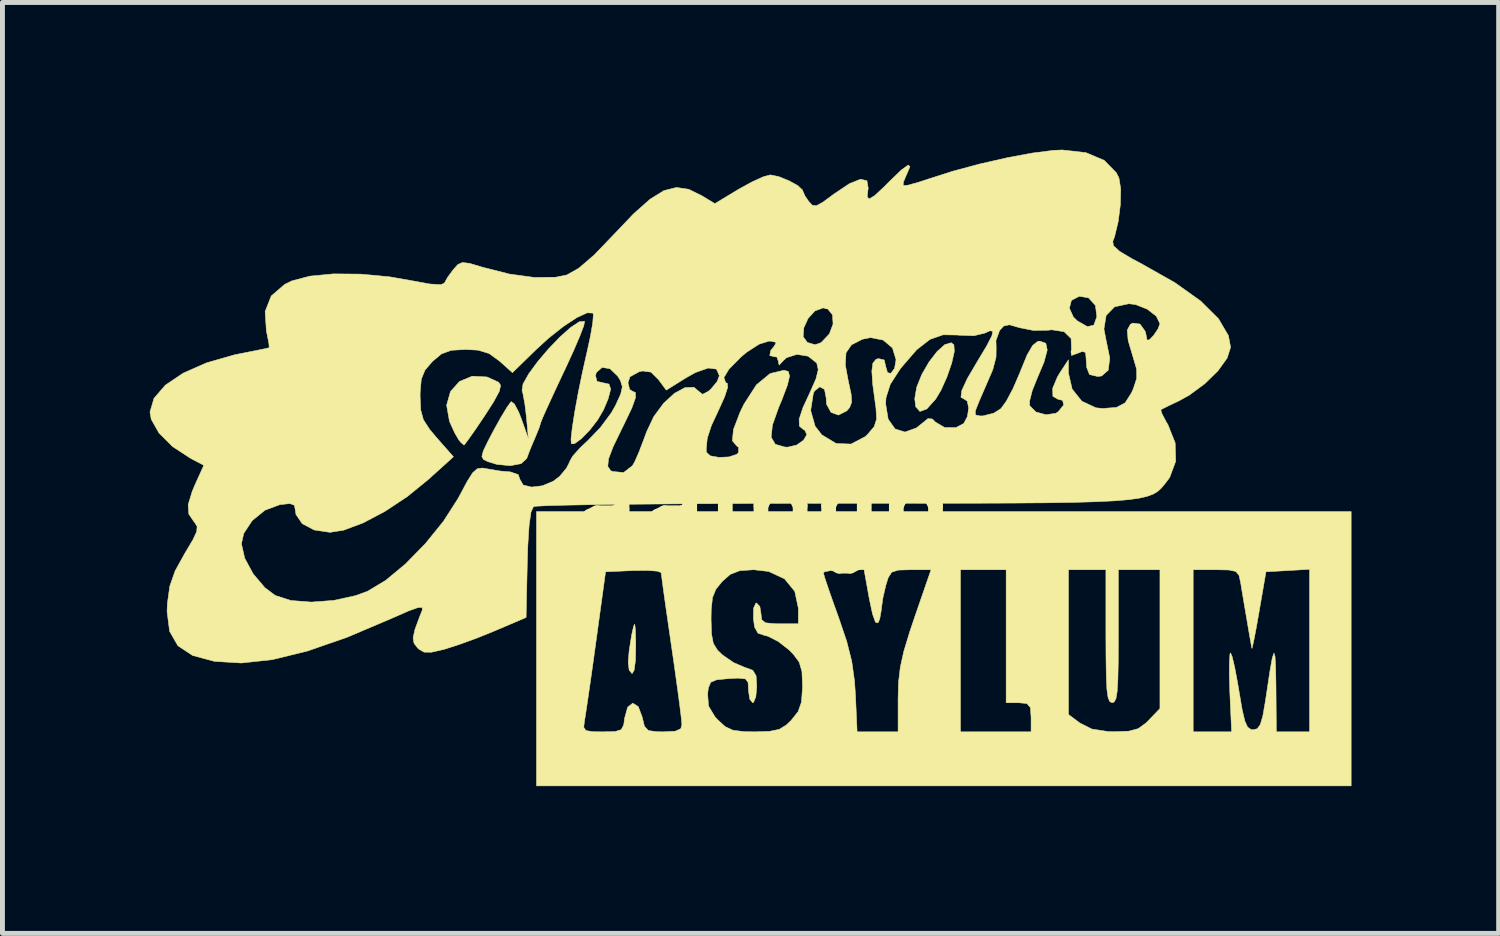
<source format=kicad_pcb>
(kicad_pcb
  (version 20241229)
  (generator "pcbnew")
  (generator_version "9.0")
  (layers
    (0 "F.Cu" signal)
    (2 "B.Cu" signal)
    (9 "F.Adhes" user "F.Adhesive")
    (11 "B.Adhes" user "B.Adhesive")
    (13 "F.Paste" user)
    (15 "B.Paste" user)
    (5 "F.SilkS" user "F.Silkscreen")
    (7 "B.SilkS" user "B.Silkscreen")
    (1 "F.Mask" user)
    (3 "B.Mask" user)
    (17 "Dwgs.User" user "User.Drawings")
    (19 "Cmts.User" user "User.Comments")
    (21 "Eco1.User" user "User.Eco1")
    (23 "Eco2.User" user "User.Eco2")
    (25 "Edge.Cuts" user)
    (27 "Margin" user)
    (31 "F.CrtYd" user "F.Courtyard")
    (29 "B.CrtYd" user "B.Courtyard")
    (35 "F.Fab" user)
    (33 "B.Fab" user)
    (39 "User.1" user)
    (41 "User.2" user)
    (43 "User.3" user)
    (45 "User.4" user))
  (footprint "aalogo"
    (layer "F.Cu")
    (at 12.451 7.286)
    (property "Reference" "aalogo" (at 0 0 0) (layer "F.SilkS") (effects (font (size 1.524 1.524) (thickness 0.3))))
    (attr through_hole)
    (fp_poly (pts (xy -2.559 2.475) (xy -2.551 2.724) (xy -2.55 2.815) (xy -2.556 3.117) (xy -2.584 3.319) (xy -2.625 3.387) (xy -2.685 3.314) (xy -2.704 3.154) (xy -2.684 2.914) (xy -2.638 2.627) (xy -2.63 2.582) (xy -2.593 2.418) (xy -2.571 2.378) (xy -2.559 2.475)) (stroke (width 0.01) (type solid)) (fill yes) (layer "F.SilkS"))
    (fp_poly (pts (xy 3.931 -3.312) (xy 3.939 -3.174) (xy 3.886 -2.939) (xy 3.79 -2.66) (xy 3.668 -2.388) (xy 3.56 -2.207) (xy 3.379 -2.006) (xy 3.238 -1.954) (xy 3.152 -2.052) (xy 3.133 -2.215) (xy 3.173 -2.45) (xy 3.278 -2.71) (xy 3.424 -2.962) (xy 3.588 -3.175) (xy 3.746 -3.317) (xy 3.876 -3.354) (xy 3.931 -3.312)) (stroke (width 0.01) (type solid)) (fill yes) (layer "F.SilkS"))
    (fp_poly (pts (xy -5.58 -2.657) (xy -5.343 -2.549) (xy -5.302 -2.484) (xy -5.331 -2.362) (xy -5.441 -2.158) (xy -5.625 -1.871) (xy -5.808 -1.599) (xy -5.954 -1.392) (xy -6.038 -1.28) (xy -6.05 -1.27) (xy -6.116 -1.327) (xy -6.156 -1.376) (xy -6.242 -1.525) (xy -6.34 -1.742) (xy -6.346 -1.757) (xy -6.403 -2.083) (xy -6.324 -2.361) (xy -6.14 -2.566) (xy -5.881 -2.673) (xy -5.58 -2.657)) (stroke (width 0.01) (type solid)) (fill yes) (layer "F.SilkS"))
    (fp_poly (pts (xy -3.592 -3.789) (xy -3.609 -3.701) (xy -3.689 -3.49) (xy -3.819 -3.187) (xy -3.986 -2.822) (xy -4.018 -2.757) (xy -4.193 -2.383) (xy -4.339 -2.067) (xy -4.442 -1.838) (xy -4.486 -1.727) (xy -4.487 -1.722) (xy -4.518 -1.621) (xy -4.594 -1.435) (xy -4.605 -1.41) (xy -4.702 -1.181) (xy -4.771 -0.998) (xy -4.772 -0.995) (xy -4.886 -0.891) (xy -5.106 -0.85) (xy -5.379 -0.876) (xy -5.56 -0.931) (xy -5.651 -0.975) (xy -5.685 -1.035) (xy -5.657 -1.148) (xy -5.56 -1.349) (xy -5.45 -1.559) (xy -5.298 -1.833) (xy -5.17 -2.044) (xy -5.092 -2.151) (xy -5.087 -2.155) (xy -5.023 -2.107) (xy -4.934 -1.94) (xy -4.878 -1.797) (xy -4.737 -1.397) (xy -4.775 -1.82) (xy -4.808 -2.096) (xy -4.848 -2.316) (xy -4.867 -2.381) (xy -4.846 -2.515) (xy -4.73 -2.721) (xy -4.549 -2.968) (xy -4.328 -3.228) (xy -4.095 -3.471) (xy -3.877 -3.665) (xy -3.701 -3.782) (xy -3.594 -3.791) (xy -3.592 -3.789)) (stroke (width 0.01) (type solid)) (fill yes) (layer "F.SilkS"))
    (fp_poly (pts (xy 12.023 5.673) (xy -4.572 5.673) (xy -4.572 4.478) (xy -3.61 4.478) (xy -3.566 4.546) (xy -3.423 4.57) (xy -3.221 4.572) (xy -2.972 4.566) (xy -2.846 4.528) (xy -2.795 4.43) (xy -2.778 4.298) (xy -2.715 4.069) (xy -2.61 3.988) (xy -2.499 4.058) (xy -2.419 4.271) (xy -2.374 4.457) (xy -2.294 4.545) (xy -2.127 4.57) (xy -1.986 4.572) (xy -1.745 4.559) (xy -1.633 4.509) (xy -1.61 4.424) (xy -1.622 4.294) (xy -1.655 4.027) (xy -1.685 3.799) (xy -1.086 3.799) (xy -1.068 4.046) (xy -0.938 4.263) (xy -0.879 4.328) (xy -0.727 4.467) (xy -0.568 4.54) (xy -0.343 4.568) (xy -0.127 4.572) (xy 0.177 4.562) (xy 0.374 4.521) (xy 0.523 4.428) (xy 0.619 4.335) (xy 0.758 4.159) (xy 0.826 3.964) (xy 0.846 3.682) (xy 0.847 3.631) (xy 0.835 3.344) (xy 0.78 3.153) (xy 0.657 2.988) (xy 0.572 2.902) (xy 0.354 2.732) (xy 0.142 2.624) (xy 0.085 2.611) (xy -0.06 2.563) (xy -0.13 2.437) (xy -0.153 2.265) (xy -0.15 2.053) (xy -0.103 1.95) (xy -0.09 1.947) (xy -0.022 2.02) (xy 0 2.159) (xy 0.016 2.29) (xy 0.093 2.351) (xy 0.278 2.37) (xy 0.381 2.371) (xy 0.762 2.371) (xy 0.762 2.053) (xy 0.689 1.71) (xy 0.48 1.455) (xy 0.218 1.333) (xy 1.272 1.333) (xy 1.3 1.435) (xy 1.375 1.659) (xy 1.484 1.97) (xy 1.583 2.244) (xy 1.747 2.729) (xy 1.85 3.136) (xy 1.906 3.536) (xy 1.926 3.831) (xy 1.959 4.572) (xy 2.794 4.572) (xy 2.794 3.894) (xy 2.803 3.557) (xy 2.839 3.255) (xy 2.91 2.933) (xy 3.029 2.54) (xy 3.129 2.243) (xy 3.465 1.27) (xy 4.064 1.27) (xy 4.064 4.572) (xy 5.503 4.572) (xy 5.503 4.276) (xy 5.489 4.077) (xy 5.417 3.995) (xy 5.249 3.979) (xy 4.995 3.979) (xy 4.995 1.27) (xy 6.265 1.27) (xy 6.265 4.219) (xy 6.498 4.393) (xy 6.741 4.515) (xy 7.071 4.566) (xy 7.202 4.569) (xy 7.495 4.558) (xy 7.686 4.507) (xy 7.843 4.392) (xy 7.9 4.335) (xy 8.128 4.097) (xy 8.128 1.27) (xy 8.805 1.27) (xy 8.805 4.572) (xy 9.588 4.572) (xy 9.552 3.768) (xy 9.542 3.422) (xy 9.543 3.151) (xy 9.554 2.991) (xy 9.566 2.963) (xy 9.599 3.041) (xy 9.649 3.25) (xy 9.706 3.552) (xy 9.739 3.747) (xy 9.802 4.118) (xy 9.857 4.351) (xy 9.914 4.476) (xy 9.984 4.525) (xy 10.028 4.53) (xy 10.11 4.509) (xy 10.171 4.427) (xy 10.223 4.253) (xy 10.275 3.955) (xy 10.303 3.77) (xy 10.368 3.336) (xy 10.416 3.069) (xy 10.45 2.968) (xy 10.472 3.033) (xy 10.485 3.263) (xy 10.492 3.655) (xy 10.492 3.704) (xy 10.499 4.572) (xy 11.176 4.572) (xy 11.176 1.261) (xy 10.732 1.287) (xy 10.288 1.312) (xy 10.149 2.117) (xy 10.09 2.454) (xy 10.04 2.711) (xy 10.009 2.855) (xy 10.001 2.873) (xy 9.98 2.76) (xy 9.94 2.531) (xy 9.89 2.238) (xy 9.838 1.932) (xy 9.793 1.664) (xy 9.774 1.545) (xy 9.74 1.387) (xy 9.674 1.305) (xy 9.53 1.275) (xy 9.267 1.27) (xy 8.805 1.27) (xy 8.128 1.27) (xy 7.281 1.27) (xy 7.281 2.625) (xy 7.279 3.14) (xy 7.271 3.509) (xy 7.256 3.755) (xy 7.231 3.899) (xy 7.193 3.966) (xy 7.154 3.979) (xy 7.106 3.957) (xy 7.071 3.874) (xy 7.048 3.709) (xy 7.035 3.437) (xy 7.029 3.037) (xy 7.027 2.625) (xy 7.027 1.27) (xy 6.265 1.27) (xy 4.995 1.27) (xy 4.064 1.27) (xy 3.465 1.27) (xy 3.049 1.27) (xy 2.799 1.277) (xy 2.664 1.32) (xy 2.592 1.433) (xy 2.544 1.587) (xy 2.485 1.841) (xy 2.455 2.051) (xy 2.455 2.074) (xy 2.42 2.272) (xy 2.384 2.353) (xy 2.333 2.339) (xy 2.273 2.171) (xy 2.208 1.866) (xy 2.101 1.27) (xy 1.686 1.27) (xy 1.447 1.282) (xy 1.298 1.311) (xy 1.272 1.333) (xy 0.218 1.333) (xy 0.156 1.305) (xy -0.146 1.27) (xy -0.431 1.289) (xy -0.626 1.365) (xy -0.788 1.507) (xy -0.918 1.667) (xy -0.987 1.838) (xy -1.013 2.082) (xy -1.016 2.274) (xy -1.007 2.578) (xy -0.97 2.77) (xy -0.885 2.908) (xy -0.783 3.006) (xy -0.557 3.162) (xy -0.327 3.26) (xy -0.318 3.262) (xy -0.165 3.319) (xy -0.099 3.431) (xy -0.085 3.647) (xy -0.104 3.857) (xy -0.151 3.972) (xy -0.169 3.979) (xy -0.228 3.906) (xy -0.254 3.728) (xy -0.254 3.721) (xy -0.262 3.565) (xy -0.317 3.493) (xy -0.464 3.478) (xy -0.656 3.488) (xy -0.9 3.511) (xy -1.022 3.562) (xy -1.071 3.676) (xy -1.086 3.799) (xy -1.685 3.799) (xy -1.705 3.655) (xy -1.767 3.208) (xy -1.821 2.836) (xy -1.89 2.36) (xy -1.95 1.943) (xy -1.996 1.612) (xy -2.024 1.398) (xy -2.032 1.33) (xy -2.109 1.299) (xy -2.312 1.284) (xy -2.596 1.287) (xy -2.599 1.287) (xy -3.165 1.312) (xy -3.357 2.709) (xy -3.424 3.194) (xy -3.487 3.636) (xy -3.54 3.999) (xy -3.578 4.251) (xy -3.593 4.339) (xy -3.61 4.478) (xy -4.572 4.478) (xy -4.572 0.085) (xy 12.023 0.085) (xy 12.023 5.673)) (stroke (width 0.01) (type solid)) (fill yes) (layer "F.SilkS"))
    (fp_poly (pts (xy 6.62 -7.227) (xy 6.992 -7.07) (xy 7.239 -6.818) (xy 7.293 -6.71) (xy 7.329 -6.487) (xy 7.322 -6.169) (xy 7.278 -5.823) (xy 7.204 -5.515) (xy 7.167 -5.419) (xy 7.181 -5.33) (xy 7.305 -5.217) (xy 7.559 -5.065) (xy 7.748 -4.965) (xy 8.43 -4.58) (xy 8.955 -4.206) (xy 9.32 -3.844) (xy 9.523 -3.499) (xy 9.567 -3.261) (xy 9.497 -3.042) (xy 9.311 -2.783) (xy 9.041 -2.519) (xy 8.724 -2.285) (xy 8.505 -2.165) (xy 8.296 -2.066) (xy 8.164 -1.999) (xy 8.145 -1.988) (xy 8.168 -1.91) (xy 8.256 -1.742) (xy 8.292 -1.682) (xy 8.438 -1.314) (xy 8.449 -0.94) (xy 8.327 -0.611) (xy 8.29 -0.56) (xy 8.221 -0.471) (xy 8.157 -0.394) (xy 8.085 -0.328) (xy 7.993 -0.272) (xy 7.87 -0.226) (xy 7.703 -0.187) (xy 7.482 -0.157) (xy 7.193 -0.133) (xy 6.825 -0.115) (xy 6.367 -0.102) (xy 5.806 -0.093) (xy 5.13 -0.088) (xy 4.328 -0.085) (xy 3.387 -0.084) (xy 2.297 -0.083) (xy 1.549 -0.083) (xy 0.548 -0.082) (xy -0.404 -0.079) (xy -1.294 -0.075) (xy -2.109 -0.069) (xy -2.833 -0.063) (xy -3.454 -0.055) (xy -3.959 -0.046) (xy -4.333 -0.036) (xy -4.562 -0.025) (xy -4.633 -0.017) (xy -4.684 0.094) (xy -4.722 0.358) (xy -4.749 0.78) (xy -4.76 1.145) (xy -4.784 2.242) (xy -5.419 2.513) (xy -5.782 2.66) (xy -6.146 2.793) (xy -6.436 2.886) (xy -6.456 2.892) (xy -6.71 2.95) (xy -6.861 2.949) (xy -6.968 2.888) (xy -6.996 2.861) (xy -7.067 2.769) (xy -7.086 2.657) (xy -7.048 2.485) (xy -6.947 2.212) (xy -6.9 2.096) (xy -6.9 2.038) (xy -6.986 2.04) (xy -7.178 2.109) (xy -7.499 2.25) (xy -7.505 2.253) (xy -8.431 2.646) (xy -9.244 2.928) (xy -9.957 3.102) (xy -10.583 3.17) (xy -11.133 3.136) (xy -11.134 3.136) (xy -11.577 3.017) (xy -11.877 2.819) (xy -12.046 2.525) (xy -12.098 2.119) (xy -12.091 1.954) (xy -12.042 1.604) (xy -11.932 1.29) (xy -11.737 0.938) (xy -11.62 0.742) (xy -10.583 0.742) (xy -10.516 1.035) (xy -10.344 1.354) (xy -10.106 1.635) (xy -9.896 1.793) (xy -9.579 1.896) (xy -9.163 1.929) (xy -8.704 1.895) (xy -8.256 1.797) (xy -8.015 1.709) (xy -7.646 1.488) (xy -7.241 1.152) (xy -6.836 0.738) (xy -6.469 0.285) (xy -6.176 -0.171) (xy -6.144 -0.229) (xy -5.984 -0.529) (xy -5.871 -0.707) (xy -5.777 -0.788) (xy -5.673 -0.802) (xy -5.558 -0.782) (xy -5.304 -0.74) (xy -5.101 -0.723) (xy -4.943 -0.667) (xy -4.911 -0.572) (xy -4.843 -0.456) (xy -4.675 -0.414) (xy -4.454 -0.44) (xy -4.23 -0.533) (xy -4.102 -0.631) (xy -3.962 -0.798) (xy -3.942 -0.836) (xy -3.12 -0.836) (xy -3.063 -0.751) (xy -3.027 -0.732) (xy -2.798 -0.71) (xy -2.619 -0.848) (xy -2.57 -0.932) (xy -2.479 -1.141) (xy -2.458 -1.196) (xy -1.115 -1.196) (xy -1.11 -1.122) (xy -1.031 -1.05) (xy -0.856 -1.019) (xy -0.655 -1.028) (xy -0.496 -1.079) (xy -0.456 -1.117) (xy -0.455 -1.225) (xy -0.493 -1.251) (xy -0.582 -1.358) (xy -0.56 -1.586) (xy -0.426 -1.937) (xy -0.346 -2.102) (xy -0.092 -2.497) (xy 0.188 -2.727) (xy 0.47 -2.794) (xy 0.559 -2.768) (xy 0.583 -2.673) (xy 0.538 -2.486) (xy 0.422 -2.18) (xy 0.365 -2.046) (xy 0.234 -1.678) (xy 0.208 -1.429) (xy 0.293 -1.285) (xy 0.49 -1.229) (xy 0.55 -1.228) (xy 0.728 -1.27) (xy 0.868 -1.368) (xy 0.935 -1.483) (xy 0.893 -1.573) (xy 0.868 -1.584) (xy 0.783 -1.655) (xy 0.778 -1.796) (xy 0.837 -1.975) (xy 1.013 -1.975) (xy 1.104 -1.653) (xy 1.24 -1.478) (xy 1.532 -1.302) (xy 1.835 -1.29) (xy 2.123 -1.441) (xy 2.173 -1.488) (xy 2.306 -1.644) (xy 2.356 -1.799) (xy 2.343 -2.026) (xy 2.332 -2.102) (xy 2.331 -2.111) (xy 2.54 -2.111) (xy 2.592 -1.796) (xy 2.732 -1.599) (xy 2.933 -1.535) (xy 3.167 -1.619) (xy 3.263 -1.696) (xy 3.402 -1.808) (xy 3.492 -1.801) (xy 3.554 -1.738) (xy 3.741 -1.628) (xy 3.971 -1.625) (xy 4.132 -1.71) (xy 4.206 -1.851) (xy 4.223 -1.966) (xy 4.367 -1.966) (xy 4.37 -1.883) (xy 4.464 -1.863) (xy 4.519 -1.863) (xy 4.741 -1.919) (xy 4.888 -2.011) (xy 4.997 -2.161) (xy 5.134 -2.418) (xy 5.27 -2.732) (xy 5.286 -2.773) (xy 5.422 -3.105) (xy 5.534 -3.298) (xy 5.636 -3.38) (xy 5.68 -3.387) (xy 5.803 -3.344) (xy 5.832 -3.205) (xy 5.765 -2.955) (xy 5.633 -2.644) (xy 5.527 -2.381) (xy 5.472 -2.166) (xy 5.474 -2.072) (xy 5.601 -1.944) (xy 5.806 -1.887) (xy 6.006 -1.917) (xy 6.055 -1.948) (xy 6.168 -2.087) (xy 6.145 -2.181) (xy 6.054 -2.201) (xy 5.947 -2.263) (xy 5.943 -2.426) (xy 6.04 -2.659) (xy 6.096 -2.752) (xy 6.264 -3.006) (xy 6.265 -2.735) (xy 6.339 -2.411) (xy 6.537 -2.163) (xy 6.824 -2.029) (xy 6.961 -2.015) (xy 7.243 -2.037) (xy 7.418 -2.129) (xy 7.546 -2.329) (xy 7.587 -2.421) (xy 7.655 -2.63) (xy 7.652 -2.818) (xy 7.579 -3.067) (xy 7.48 -3.4) (xy 7.462 -3.611) (xy 7.525 -3.728) (xy 7.575 -3.755) (xy 7.721 -3.735) (xy 7.826 -3.59) (xy 7.841 -3.535) (xy 7.866 -3.408) (xy 7.914 -3.414) (xy 8.003 -3.509) (xy 8.089 -3.637) (xy 8.128 -3.741) (xy 8.128 -3.742) (xy 8.054 -3.895) (xy 7.87 -4.038) (xy 7.634 -4.131) (xy 7.495 -4.149) (xy 7.204 -4.086) (xy 7.032 -3.91) (xy 6.987 -3.633) (xy 7.03 -3.411) (xy 7.106 -3.041) (xy 7.075 -2.795) (xy 6.94 -2.677) (xy 6.858 -2.667) (xy 6.693 -2.706) (xy 6.635 -2.853) (xy 6.634 -2.879) (xy 6.621 -3.067) (xy 6.612 -3.157) (xy 6.544 -3.176) (xy 6.443 -3.137) (xy 6.326 -3.094) (xy 6.315 -3.172) (xy 6.326 -3.219) (xy 6.318 -3.44) (xy 6.176 -3.579) (xy 5.926 -3.618) (xy 5.846 -3.609) (xy 5.549 -3.605) (xy 5.263 -3.662) (xy 5.062 -3.72) (xy 4.945 -3.695) (xy 4.862 -3.604) (xy 4.787 -3.399) (xy 4.792 -3.258) (xy 4.789 -3.06) (xy 4.724 -2.811) (xy 4.705 -2.764) (xy 4.577 -2.467) (xy 4.449 -2.172) (xy 4.444 -2.159) (xy 4.367 -1.966) (xy 4.223 -1.966) (xy 4.231 -2.026) (xy 4.203 -2.164) (xy 4.149 -2.201) (xy 4.074 -2.244) (xy 4.091 -2.379) (xy 4.203 -2.622) (xy 4.403 -2.963) (xy 4.599 -3.29) (xy 4.704 -3.494) (xy 4.724 -3.59) (xy 4.662 -3.597) (xy 4.562 -3.551) (xy 4.338 -3.497) (xy 4.029 -3.508) (xy 4.011 -3.511) (xy 3.711 -3.516) (xy 3.442 -3.422) (xy 3.171 -3.21) (xy 2.87 -2.862) (xy 2.835 -2.818) (xy 2.635 -2.508) (xy 2.548 -2.236) (xy 2.54 -2.111) (xy 2.331 -2.111) (xy 2.277 -2.509) (xy 2.259 -2.777) (xy 2.28 -2.937) (xy 2.342 -3.014) (xy 2.392 -3.031) (xy 2.512 -3.003) (xy 2.54 -2.878) (xy 2.579 -2.744) (xy 2.646 -2.731) (xy 2.722 -2.831) (xy 2.752 -3.009) (xy 2.679 -3.249) (xy 2.491 -3.408) (xy 2.235 -3.459) (xy 2.068 -3.426) (xy 1.845 -3.312) (xy 1.733 -3.149) (xy 1.719 -2.899) (xy 1.777 -2.587) (xy 1.837 -2.309) (xy 1.848 -2.143) (xy 1.807 -2.034) (xy 1.748 -1.966) (xy 1.579 -1.881) (xy 1.427 -1.936) (xy 1.336 -2.103) (xy 1.328 -2.234) (xy 1.295 -2.404) (xy 1.199 -2.457) (xy 1.093 -2.374) (xy 1.067 -2.321) (xy 1.013 -1.975) (xy 0.837 -1.975) (xy 0.856 -2.033) (xy 0.993 -2.329) (xy 1.121 -2.619) (xy 1.167 -2.807) (xy 1.138 -2.935) (xy 1.132 -2.945) (xy 0.962 -3.08) (xy 0.733 -3.117) (xy 0.521 -3.05) (xy 0.457 -2.991) (xy 0.371 -2.9) (xy 0.357 -2.951) (xy 0.359 -2.963) (xy 0.325 -3.063) (xy 0.275 -3.069) (xy 0.179 -3.093) (xy 0.201 -3.199) (xy 0.271 -3.285) (xy 0.312 -3.36) (xy 0.21 -3.386) (xy 0.162 -3.387) (xy -0.037 -3.325) (xy -0.291 -3.161) (xy -0.406 -3.064) (xy -0.652 -2.816) (xy -0.755 -2.644) (xy -0.718 -2.542) (xy -0.684 -2.526) (xy -0.678 -2.443) (xy -0.74 -2.253) (xy -0.847 -2.015) (xy -1.009 -1.667) (xy -1.093 -1.411) (xy -1.115 -1.196) (xy -2.458 -1.196) (xy -2.372 -1.422) (xy -2.33 -1.538) (xy -2.182 -1.851) (xy -1.983 -2.12) (xy -1.762 -2.324) (xy -1.547 -2.44) (xy -1.365 -2.447) (xy -1.266 -2.364) (xy -1.19 -2.303) (xy -1.074 -2.363) (xy -1.021 -2.408) (xy -0.891 -2.565) (xy -0.847 -2.683) (xy -0.906 -2.817) (xy -1.074 -2.839) (xy -1.333 -2.748) (xy -1.518 -2.645) (xy -1.928 -2.389) (xy -2.089 -2.605) (xy -2.24 -2.755) (xy -2.407 -2.779) (xy -2.48 -2.764) (xy -2.668 -2.661) (xy -2.709 -2.538) (xy -2.674 -2.402) (xy -2.625 -2.371) (xy -2.556 -2.339) (xy -2.556 -2.231) (xy -2.63 -2.025) (xy -2.785 -1.7) (xy -2.836 -1.597) (xy -3.012 -1.234) (xy -3.105 -0.989) (xy -3.12 -0.836) (xy -3.942 -0.836) (xy -3.895 -0.929) (xy -3.895 -0.938) (xy -3.835 -1.044) (xy -3.682 -1.215) (xy -3.521 -1.366) (xy -3.271 -1.626) (xy -3.049 -1.925) (xy -2.962 -2.077) (xy -2.856 -2.311) (xy -2.824 -2.458) (xy -2.861 -2.581) (xy -2.918 -2.674) (xy -3.075 -2.825) (xy -3.235 -2.851) (xy -3.35 -2.752) (xy -3.371 -2.687) (xy -3.34 -2.567) (xy -3.224 -2.54) (xy -3.096 -2.512) (xy -3.06 -2.411) (xy -3.113 -2.21) (xy -3.209 -1.983) (xy -3.328 -1.78) (xy -3.489 -1.573) (xy -3.658 -1.4) (xy -3.797 -1.298) (xy -3.863 -1.295) (xy -3.869 -1.395) (xy -3.843 -1.626) (xy -3.792 -1.952) (xy -3.721 -2.34) (xy -3.636 -2.754) (xy -3.545 -3.158) (xy -3.475 -3.478) (xy 0.86 -3.478) (xy 0.944 -3.362) (xy 0.953 -3.358) (xy 1.101 -3.314) (xy 1.207 -3.348) (xy 1.236 -3.367) (xy 1.394 -3.534) (xy 1.469 -3.735) (xy 1.458 -3.922) (xy 1.36 -4.043) (xy 1.293 -4.058) (xy 6.283 -4.058) (xy 6.365 -3.877) (xy 6.447 -3.798) (xy 6.652 -3.682) (xy 6.781 -3.713) (xy 6.843 -3.885) (xy 6.813 -4.116) (xy 6.673 -4.269) (xy 6.485 -4.301) (xy 6.324 -4.216) (xy 6.283 -4.058) (xy 1.293 -4.058) (xy 1.266 -4.064) (xy 1.099 -4.002) (xy 0.96 -3.849) (xy 0.873 -3.657) (xy 0.86 -3.478) (xy -3.475 -3.478) (xy -3.472 -3.492) (xy -3.426 -3.762) (xy -3.414 -3.928) (xy -3.422 -3.958) (xy -3.539 -3.964) (xy -3.748 -3.868) (xy -4.019 -3.69) (xy -4.324 -3.449) (xy -4.581 -3.214) (xy -5.062 -2.745) (xy -5.326 -2.981) (xy -5.536 -3.134) (xy -5.762 -3.203) (xy -6.019 -3.217) (xy -6.307 -3.2) (xy -6.506 -3.128) (xy -6.692 -2.973) (xy -6.695 -2.97) (xy -6.845 -2.794) (xy -6.919 -2.611) (xy -6.942 -2.349) (xy -6.943 -2.262) (xy -6.931 -1.985) (xy -6.876 -1.785) (xy -6.748 -1.588) (xy -6.603 -1.416) (xy -6.264 -1.031) (xy -6.78 -0.565) (xy -7.207 -0.218) (xy -7.661 0.082) (xy -8.106 0.317) (xy -8.503 0.465) (xy -8.778 0.508) (xy -9.101 0.46) (xy -9.345 0.331) (xy -9.472 0.144) (xy -9.483 0.069) (xy -9.503 -0.043) (xy -9.594 -0.078) (xy -9.8 -0.056) (xy -10.103 0.057) (xy -10.364 0.269) (xy -10.537 0.532) (xy -10.583 0.742) (xy -11.62 0.742) (xy -11.574 0.665) (xy -11.494 0.494) (xy -11.486 0.387) (xy -11.538 0.304) (xy -11.551 0.29) (xy -11.655 0.136) (xy -11.668 -0.055) (xy -11.586 -0.325) (xy -11.515 -0.492) (xy -11.349 -0.857) (xy -11.62 -1) (xy -11.987 -1.24) (xy -12.263 -1.516) (xy -12.42 -1.794) (xy -12.446 -1.943) (xy -12.364 -2.222) (xy -12.133 -2.49) (xy -11.769 -2.735) (xy -11.293 -2.945) (xy -10.724 -3.108) (xy -10.575 -3.138) (xy -10.296 -3.193) (xy -10.095 -3.234) (xy -10.017 -3.253) (xy -10.023 -3.334) (xy -10.059 -3.522) (xy -10.075 -3.595) (xy -10.1 -3.991) (xy -9.976 -4.307) (xy -9.702 -4.543) (xy -9.556 -4.614) (xy -9.19 -4.711) (xy -8.706 -4.757) (xy -8.149 -4.752) (xy -7.565 -4.697) (xy -7.113 -4.618) (xy -6.745 -4.551) (xy -6.521 -4.537) (xy -6.45 -4.568) (xy -6.379 -4.693) (xy -6.268 -4.843) (xy -6.174 -4.948) (xy -6.08 -4.989) (xy -5.934 -4.971) (xy -5.682 -4.896) (xy -5.661 -4.89) (xy -5.121 -4.753) (xy -4.613 -4.684) (xy -4.181 -4.689) (xy -3.955 -4.735) (xy -3.714 -4.87) (xy -3.397 -5.142) (xy -3.001 -5.554) (xy -2.594 -5.981) (xy -2.26 -6.277) (xy -1.977 -6.453) (xy -1.722 -6.517) (xy -1.474 -6.481) (xy -1.211 -6.353) (xy -0.939 -6.188) (xy -0.454 -6.481) (xy -0.181 -6.631) (xy 0.053 -6.737) (xy 0.19 -6.773) (xy 0.361 -6.739) (xy 0.57 -6.655) (xy 0.753 -6.554) (xy 0.847 -6.465) (xy 0.849 -6.454) (xy 0.897 -6.345) (xy 0.971 -6.236) (xy 1.045 -6.156) (xy 1.129 -6.145) (xy 1.262 -6.217) (xy 1.485 -6.382) (xy 1.488 -6.384) (xy 1.801 -6.594) (xy 2.028 -6.685) (xy 2.159 -6.655) (xy 2.185 -6.503) (xy 2.181 -6.477) (xy 2.165 -6.326) (xy 2.205 -6.283) (xy 2.318 -6.352) (xy 2.52 -6.541) (xy 2.623 -6.645) (xy 2.862 -6.875) (xy 3 -6.974) (xy 3.036 -6.942) (xy 2.967 -6.779) (xy 2.963 -6.773) (xy 2.9 -6.621) (xy 2.899 -6.555) (xy 2.99 -6.563) (xy 3.193 -6.618) (xy 3.419 -6.692) (xy 3.917 -6.851) (xy 4.466 -6.998) (xy 5.02 -7.124) (xy 5.532 -7.219) (xy 5.957 -7.273) (xy 6.138 -7.281) (xy 6.62 -7.227)) (stroke (width 0.01) (type solid)) (fill yes) (layer "F.SilkS")))
  (gr_rect
    (start -3 -3)
    (end 27.479 15.964)
    (stroke (width 0.1) (type default))
    (fill no)
    (layer "Edge.Cuts")))
</source>
